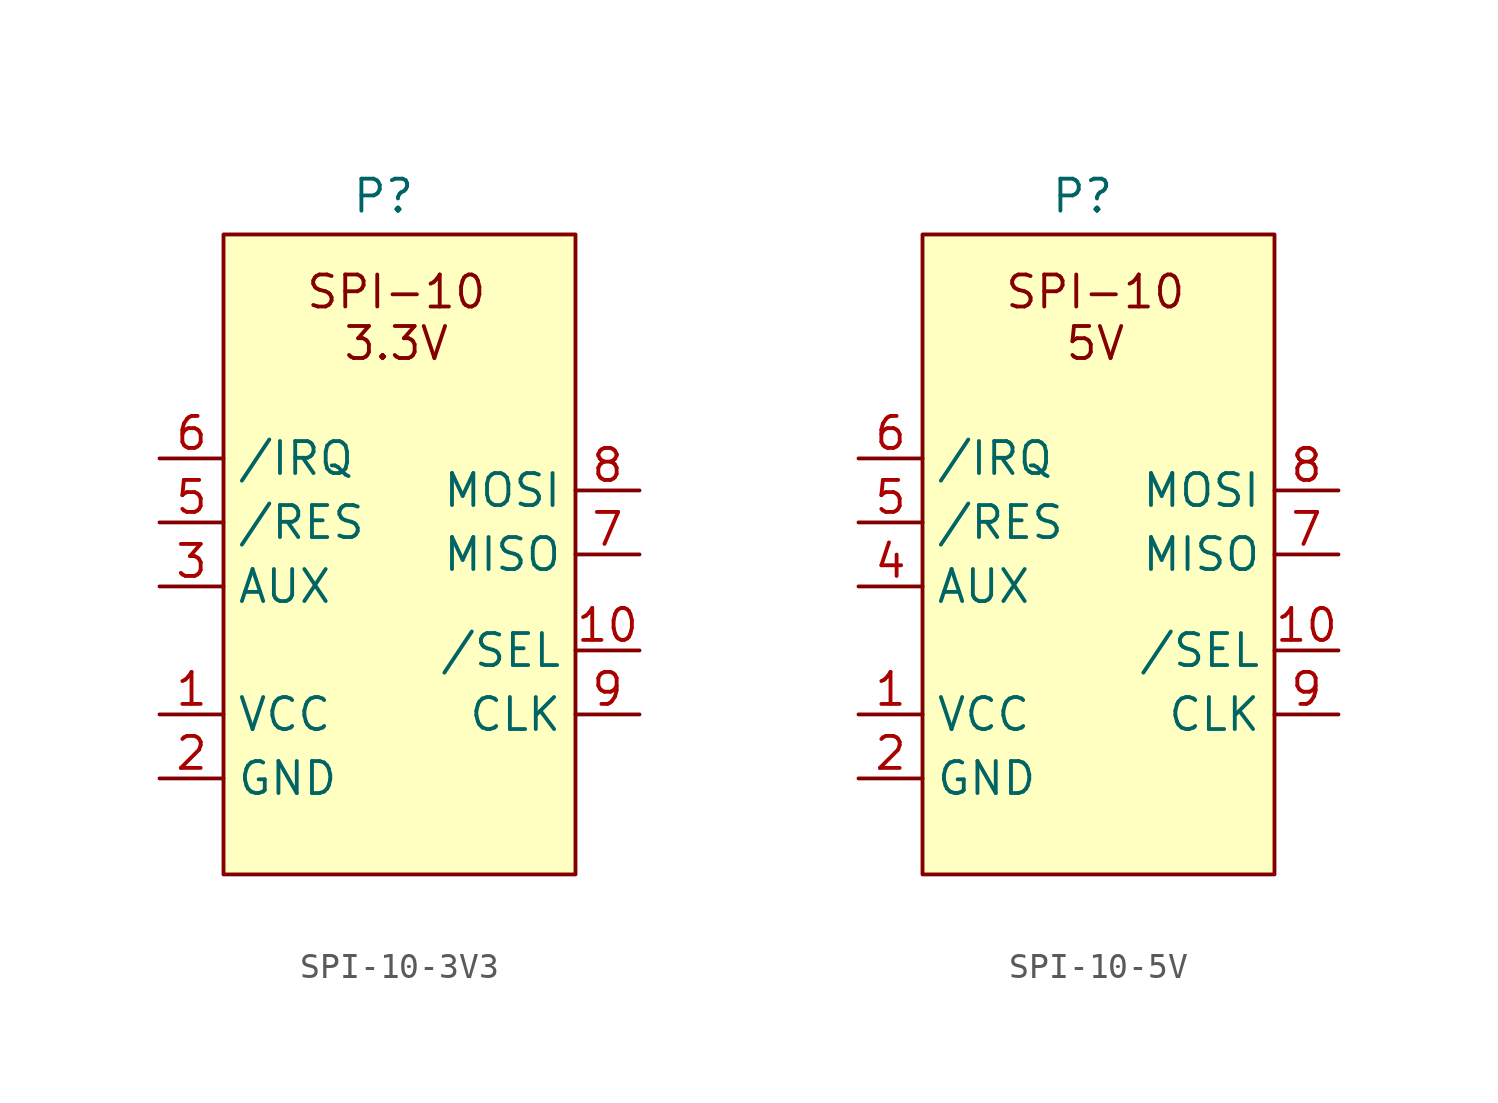
<source format=kicad_sym>
(kicad_symbol_lib
  (version 20231120)
  (generator "kicad_symbol_editor")
  (generator_version "8.0")
  (symbol "SPI-10-3V3"
    (property "Reference" "P"
      (at 3.81 0.254 0)
      (effects (font (size 1.27 1.27))))
    (property "Value" ""
      (at 0 0 0)
      (effects (font (size 1.27 1.27))))
    (symbol "SPI-10-3V3_1_1"
      (rectangle (start -2.54 -1.27) (end 11.43 -26.67) (stroke (width 0) (type default)) (fill (type background)))
      (text "SPI-10\n3.3V" (at 4.318 -4.572 0) (effects (font (size 1.27 1.27))))
      (pin power_in line (at -5.08 -20.32 0) (length 2.54) (name "VCC" (effects (font (size 1.27 1.27)))) (number "1" (effects (font (size 1.27 1.27)))))
      (pin input line (at 13.97 -17.78 180) (length 2.54) (name "/SEL" (effects (font (size 1.27 1.27)))) (number "10" (effects (font (size 1.27 1.27)))))
      (pin power_in line (at -5.08 -22.86 0) (length 2.54) (name "GND" (effects (font (size 1.27 1.27)))) (number "2" (effects (font (size 1.27 1.27)))))
      (pin bidirectional line (at -5.08 -15.24 0) (length 2.54) (name "AUX" (effects (font (size 1.27 1.27)))) (number "3" (effects (font (size 1.27 1.27)))))
      (pin input line (at -5.08 -12.7 0) (length 2.54) (name "/RES" (effects (font (size 1.27 1.27)))) (number "5" (effects (font (size 1.27 1.27)))))
      (pin open_collector line (at -5.08 -10.16 0) (length 2.54) (name "/IRQ" (effects (font (size 1.27 1.27)))) (number "6" (effects (font (size 1.27 1.27)))))
      (pin output line (at 13.97 -13.97 180) (length 2.54) (name "MISO" (effects (font (size 1.27 1.27)))) (number "7" (effects (font (size 1.27 1.27)))))
      (pin input line (at 13.97 -11.43 180) (length 2.54) (name "MOSI" (effects (font (size 1.27 1.27)))) (number "8" (effects (font (size 1.27 1.27)))))
      (pin input line (at 13.97 -20.32 180) (length 2.54) (name "CLK" (effects (font (size 1.27 1.27)))) (number "9" (effects (font (size 1.27 1.27)))))))
  (symbol "SPI-10-5V"
    (property "Reference" "P"
      (at 3.81 0.254 0)
      (effects (font (size 1.27 1.27))))
    (property "Value" ""
      (at 0 0 0)
      (effects (font (size 1.27 1.27))))
    (symbol "SPI-10-5V_1_1"
      (rectangle (start -2.54 -1.27) (end 11.43 -26.67) (stroke (width 0) (type default)) (fill (type background)))
      (text "SPI-10\n5V" (at 4.318 -4.572 0) (effects (font (size 1.27 1.27))))
      (pin power_in line (at -5.08 -20.32 0) (length 2.54) (name "VCC" (effects (font (size 1.27 1.27)))) (number "1" (effects (font (size 1.27 1.27)))))
      (pin input line (at 13.97 -17.78 180) (length 2.54) (name "/SEL" (effects (font (size 1.27 1.27)))) (number "10" (effects (font (size 1.27 1.27)))))
      (pin power_in line (at -5.08 -22.86 0) (length 2.54) (name "GND" (effects (font (size 1.27 1.27)))) (number "2" (effects (font (size 1.27 1.27)))))
      (pin bidirectional line (at -5.08 -15.24 0) (length 2.54) (name "AUX" (effects (font (size 1.27 1.27)))) (number "4" (effects (font (size 1.27 1.27)))))
      (pin input line (at -5.08 -12.7 0) (length 2.54) (name "/RES" (effects (font (size 1.27 1.27)))) (number "5" (effects (font (size 1.27 1.27)))))
      (pin open_collector line (at -5.08 -10.16 0) (length 2.54) (name "/IRQ" (effects (font (size 1.27 1.27)))) (number "6" (effects (font (size 1.27 1.27)))))
      (pin output line (at 13.97 -13.97 180) (length 2.54) (name "MISO" (effects (font (size 1.27 1.27)))) (number "7" (effects (font (size 1.27 1.27)))))
      (pin input line (at 13.97 -11.43 180) (length 2.54) (name "MOSI" (effects (font (size 1.27 1.27)))) (number "8" (effects (font (size 1.27 1.27)))))
      (pin input line (at 13.97 -20.32 180) (length 2.54) (name "CLK" (effects (font (size 1.27 1.27)))) (number "9" (effects (font (size 1.27 1.27))))))))
</source>
